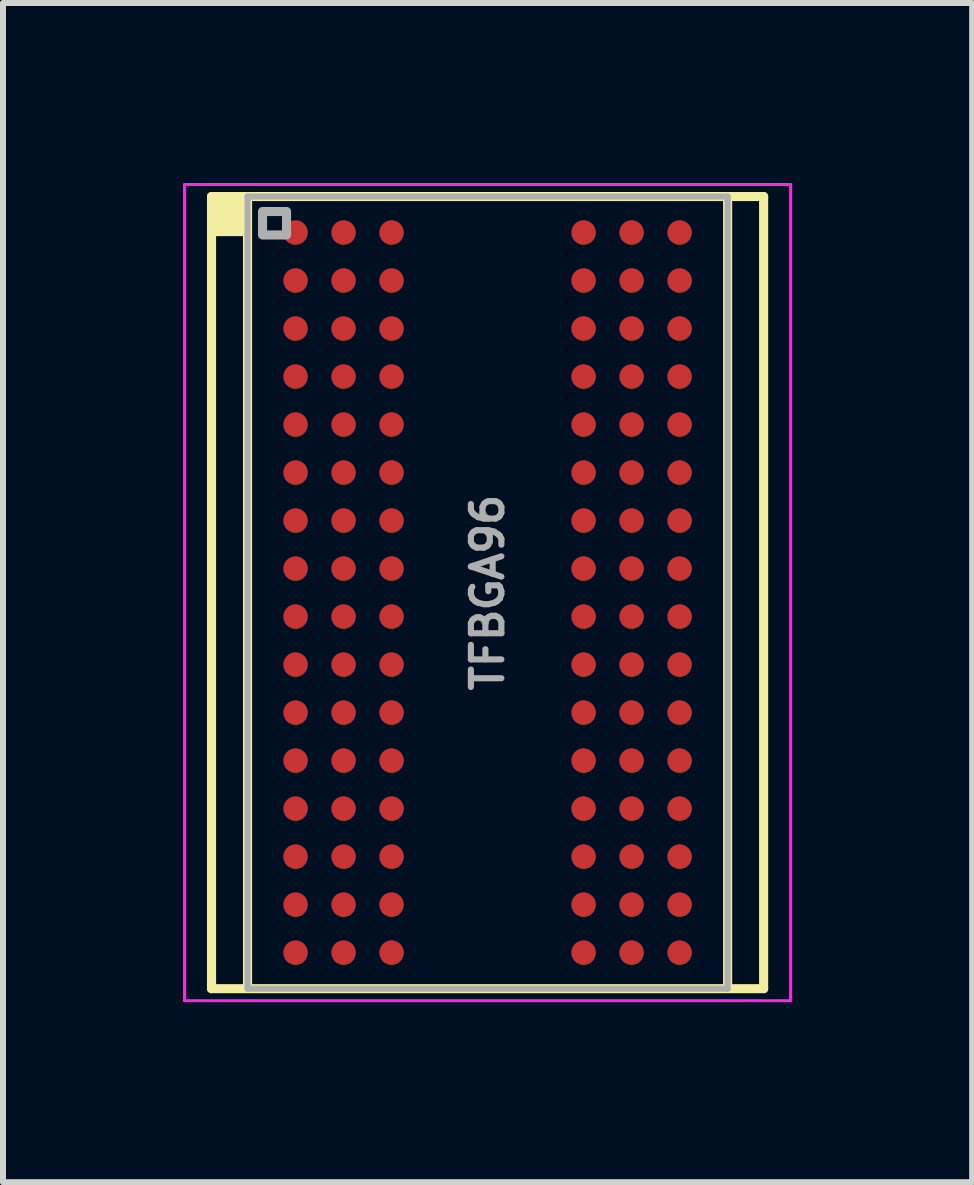
<source format=kicad_pcb>
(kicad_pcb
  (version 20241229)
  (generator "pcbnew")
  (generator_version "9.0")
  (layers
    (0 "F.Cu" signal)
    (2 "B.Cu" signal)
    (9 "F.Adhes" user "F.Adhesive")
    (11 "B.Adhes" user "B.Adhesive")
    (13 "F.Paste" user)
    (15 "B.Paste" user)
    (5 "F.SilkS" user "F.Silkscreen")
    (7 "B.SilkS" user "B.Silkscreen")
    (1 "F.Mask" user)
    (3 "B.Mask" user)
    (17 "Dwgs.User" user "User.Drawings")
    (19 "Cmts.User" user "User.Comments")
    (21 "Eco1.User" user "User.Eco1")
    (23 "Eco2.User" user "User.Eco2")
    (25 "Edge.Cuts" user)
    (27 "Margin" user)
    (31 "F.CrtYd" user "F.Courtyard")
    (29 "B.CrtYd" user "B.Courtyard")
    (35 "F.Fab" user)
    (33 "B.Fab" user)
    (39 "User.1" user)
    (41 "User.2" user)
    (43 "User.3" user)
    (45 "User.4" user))
  (footprint "TFBGA96"
    (layer "F.Cu")
    (at 5.075 6.825)
    (property "Reference" "TFBGA96" (at 0 0 90) (layer "F.Fab") (effects (font (size 0.508 0.508) (thickness 0.102))))
    (attr smd)
    (fp_line (start -4.6 -6.6) (end -4.6 6.6) (stroke (width 0.152) (type solid)) (layer "F.SilkS"))
    (fp_line (start -4.6 6.6) (end 4.6 6.6) (stroke (width 0.152) (type solid)) (layer "F.SilkS"))
    (fp_line (start -4 6.555) (end -4 -6.579) (stroke (width 0.152) (type solid)) (layer "F.SilkS"))
    (fp_line (start 4 -6.555) (end 4 6.555) (stroke (width 0.152) (type solid)) (layer "F.SilkS"))
    (fp_line (start 4.6 -6.6) (end -4.6 -6.6) (stroke (width 0.152) (type solid)) (layer "F.SilkS"))
    (fp_line (start 4.6 6.6) (end 4.6 -6.6) (stroke (width 0.152) (type solid)) (layer "F.SilkS"))
    (fp_rect (start -4.6 -6.6) (end -4 -6) (stroke (width 0.12) (type solid)) (fill yes) (layer "F.SilkS"))
    (fp_line (start -5.05 -6.8) (end 5.05 -6.8) (stroke (width 0.05) (type solid)) (layer "F.CrtYd"))
    (fp_line (start -5.05 6.8) (end -5.05 -6.8) (stroke (width 0.05) (type solid)) (layer "F.CrtYd"))
    (fp_line (start 5.05 -6.8) (end 5.05 6.8) (stroke (width 0.05) (type solid)) (layer "F.CrtYd"))
    (fp_line (start 5.05 6.8) (end -5.05 6.8) (stroke (width 0.05) (type solid)) (layer "F.CrtYd"))
    (fp_line (start -4 -6.6) (end 4 -6.6) (stroke (width 0.102) (type solid)) (layer "F.Fab"))
    (fp_line (start -4 6.6) (end -4 -6.6) (stroke (width 0.102) (type solid)) (layer "F.Fab"))
    (fp_line (start -4 6.6) (end 4 6.6) (stroke (width 0.102) (type solid)) (layer "F.Fab"))
    (fp_line (start 4 6.6) (end 4 -6.6) (stroke (width 0.102) (type solid)) (layer "F.Fab"))
    (fp_rect (start -3.75 -5.96) (end -3.35 -6.35) (stroke (width 0.152) (type solid)) (fill no) (layer "F.Fab"))
    (pad "A1" smd circle (at -3.2 -6 90) (size 0.41 0.41) (layers "F.Cu" "F.Mask" "F.Paste"))
    (pad "A2" smd circle (at -2.4 -6 90) (size 0.41 0.41) (layers "F.Cu" "F.Mask" "F.Paste"))
    (pad "A3" smd circle (at -1.6 -6 90) (size 0.41 0.41) (layers "F.Cu" "F.Mask" "F.Paste"))
    (pad "A7" smd circle (at 1.6 -6 90) (size 0.41 0.41) (layers "F.Cu" "F.Mask" "F.Paste"))
    (pad "A8" smd circle (at 2.4 -6 90) (size 0.41 0.41) (layers "F.Cu" "F.Mask" "F.Paste"))
    (pad "A9" smd circle (at 3.2 -6 90) (size 0.41 0.41) (layers "F.Cu" "F.Mask" "F.Paste"))
    (pad "B1" smd circle (at -3.2 -5.2 90) (size 0.41 0.41) (layers "F.Cu" "F.Mask" "F.Paste"))
    (pad "B2" smd circle (at -2.4 -5.2 90) (size 0.41 0.41) (layers "F.Cu" "F.Mask" "F.Paste"))
    (pad "B3" smd circle (at -1.6 -5.2 90) (size 0.41 0.41) (layers "F.Cu" "F.Mask" "F.Paste"))
    (pad "B7" smd circle (at 1.6 -5.2 90) (size 0.41 0.41) (layers "F.Cu" "F.Mask" "F.Paste"))
    (pad "B8" smd circle (at 2.4 -5.2 90) (size 0.41 0.41) (layers "F.Cu" "F.Mask" "F.Paste"))
    (pad "B9" smd circle (at 3.2 -5.2 90) (size 0.41 0.41) (layers "F.Cu" "F.Mask" "F.Paste"))
    (pad "C1" smd circle (at -3.2 -4.4 90) (size 0.41 0.41) (layers "F.Cu" "F.Mask" "F.Paste"))
    (pad "C2" smd circle (at -2.4 -4.4 90) (size 0.41 0.41) (layers "F.Cu" "F.Mask" "F.Paste"))
    (pad "C3" smd circle (at -1.6 -4.4 90) (size 0.41 0.41) (layers "F.Cu" "F.Mask" "F.Paste"))
    (pad "C7" smd circle (at 1.6 -4.4 90) (size 0.41 0.41) (layers "F.Cu" "F.Mask" "F.Paste"))
    (pad "C8" smd circle (at 2.4 -4.4 90) (size 0.41 0.41) (layers "F.Cu" "F.Mask" "F.Paste"))
    (pad "C9" smd circle (at 3.2 -4.4 90) (size 0.41 0.41) (layers "F.Cu" "F.Mask" "F.Paste"))
    (pad "D1" smd circle (at -3.2 -3.6 90) (size 0.41 0.41) (layers "F.Cu" "F.Mask" "F.Paste"))
    (pad "D2" smd circle (at -2.4 -3.6 90) (size 0.41 0.41) (layers "F.Cu" "F.Mask" "F.Paste"))
    (pad "D3" smd circle (at -1.6 -3.6 90) (size 0.41 0.41) (layers "F.Cu" "F.Mask" "F.Paste"))
    (pad "D7" smd circle (at 1.6 -3.6 90) (size 0.41 0.41) (layers "F.Cu" "F.Mask" "F.Paste"))
    (pad "D8" smd circle (at 2.4 -3.6 90) (size 0.41 0.41) (layers "F.Cu" "F.Mask" "F.Paste"))
    (pad "D9" smd circle (at 3.2 -3.6 90) (size 0.41 0.41) (layers "F.Cu" "F.Mask" "F.Paste"))
    (pad "E1" smd circle (at -3.2 -2.8 90) (size 0.41 0.41) (layers "F.Cu" "F.Mask" "F.Paste"))
    (pad "E2" smd circle (at -2.4 -2.8 90) (size 0.41 0.41) (layers "F.Cu" "F.Mask" "F.Paste"))
    (pad "E3" smd circle (at -1.6 -2.8 90) (size 0.41 0.41) (layers "F.Cu" "F.Mask" "F.Paste"))
    (pad "E7" smd circle (at 1.6 -2.8 90) (size 0.41 0.41) (layers "F.Cu" "F.Mask" "F.Paste"))
    (pad "E8" smd circle (at 2.4 -2.8 90) (size 0.41 0.41) (layers "F.Cu" "F.Mask" "F.Paste"))
    (pad "E9" smd circle (at 3.2 -2.8 90) (size 0.41 0.41) (layers "F.Cu" "F.Mask" "F.Paste"))
    (pad "F1" smd circle (at -3.2 -2 90) (size 0.41 0.41) (layers "F.Cu" "F.Mask" "F.Paste"))
    (pad "F2" smd circle (at -2.4 -2 90) (size 0.41 0.41) (layers "F.Cu" "F.Mask" "F.Paste"))
    (pad "F3" smd circle (at -1.6 -2 90) (size 0.41 0.41) (layers "F.Cu" "F.Mask" "F.Paste"))
    (pad "F7" smd circle (at 1.6 -2 90) (size 0.41 0.41) (layers "F.Cu" "F.Mask" "F.Paste"))
    (pad "F8" smd circle (at 2.4 -2 90) (size 0.41 0.41) (layers "F.Cu" "F.Mask" "F.Paste"))
    (pad "F9" smd circle (at 3.2 -2 90) (size 0.41 0.41) (layers "F.Cu" "F.Mask" "F.Paste"))
    (pad "G1" smd circle (at -3.2 -1.2 90) (size 0.41 0.41) (layers "F.Cu" "F.Mask" "F.Paste"))
    (pad "G2" smd circle (at -2.4 -1.2 90) (size 0.41 0.41) (layers "F.Cu" "F.Mask" "F.Paste"))
    (pad "G3" smd circle (at -1.6 -1.2 90) (size 0.41 0.41) (layers "F.Cu" "F.Mask" "F.Paste"))
    (pad "G7" smd circle (at 1.6 -1.2 90) (size 0.41 0.41) (layers "F.Cu" "F.Mask" "F.Paste"))
    (pad "G8" smd circle (at 2.4 -1.2 90) (size 0.41 0.41) (layers "F.Cu" "F.Mask" "F.Paste"))
    (pad "G9" smd circle (at 3.2 -1.2 90) (size 0.41 0.41) (layers "F.Cu" "F.Mask" "F.Paste"))
    (pad "H1" smd circle (at -3.2 -0.4 90) (size 0.41 0.41) (layers "F.Cu" "F.Mask" "F.Paste"))
    (pad "H2" smd circle (at -2.4 -0.4 90) (size 0.41 0.41) (layers "F.Cu" "F.Mask" "F.Paste"))
    (pad "H3" smd circle (at -1.6 -0.4 90) (size 0.41 0.41) (layers "F.Cu" "F.Mask" "F.Paste"))
    (pad "H7" smd circle (at 1.6 -0.4 90) (size 0.41 0.41) (layers "F.Cu" "F.Mask" "F.Paste"))
    (pad "H8" smd circle (at 2.4 -0.4 90) (size 0.41 0.41) (layers "F.Cu" "F.Mask" "F.Paste"))
    (pad "H9" smd circle (at 3.2 -0.4 90) (size 0.41 0.41) (layers "F.Cu" "F.Mask" "F.Paste"))
    (pad "J1" smd circle (at -3.2 0.4 90) (size 0.41 0.41) (layers "F.Cu" "F.Mask" "F.Paste"))
    (pad "J2" smd circle (at -2.4 0.4 90) (size 0.41 0.41) (layers "F.Cu" "F.Mask" "F.Paste"))
    (pad "J3" smd circle (at -1.6 0.4 90) (size 0.41 0.41) (layers "F.Cu" "F.Mask" "F.Paste"))
    (pad "J7" smd circle (at 1.6 0.4 90) (size 0.41 0.41) (layers "F.Cu" "F.Mask" "F.Paste"))
    (pad "J8" smd circle (at 2.4 0.4 90) (size 0.41 0.41) (layers "F.Cu" "F.Mask" "F.Paste"))
    (pad "J9" smd circle (at 3.2 0.4 90) (size 0.41 0.41) (layers "F.Cu" "F.Mask" "F.Paste"))
    (pad "K1" smd circle (at -3.2 1.2 90) (size 0.41 0.41) (layers "F.Cu" "F.Mask" "F.Paste"))
    (pad "K2" smd circle (at -2.4 1.2 90) (size 0.41 0.41) (layers "F.Cu" "F.Mask" "F.Paste"))
    (pad "K3" smd circle (at -1.6 1.2 90) (size 0.41 0.41) (layers "F.Cu" "F.Mask" "F.Paste"))
    (pad "K7" smd circle (at 1.6 1.2 90) (size 0.41 0.41) (layers "F.Cu" "F.Mask" "F.Paste"))
    (pad "K8" smd circle (at 2.4 1.2 90) (size 0.41 0.41) (layers "F.Cu" "F.Mask" "F.Paste"))
    (pad "K9" smd circle (at 3.2 1.2 90) (size 0.41 0.41) (layers "F.Cu" "F.Mask" "F.Paste"))
    (pad "L1" smd circle (at -3.2 2 90) (size 0.41 0.41) (layers "F.Cu" "F.Mask" "F.Paste"))
    (pad "L2" smd circle (at -2.4 2 90) (size 0.41 0.41) (layers "F.Cu" "F.Mask" "F.Paste"))
    (pad "L3" smd circle (at -1.6 2 90) (size 0.41 0.41) (layers "F.Cu" "F.Mask" "F.Paste"))
    (pad "L7" smd circle (at 1.6 2 90) (size 0.41 0.41) (layers "F.Cu" "F.Mask" "F.Paste"))
    (pad "L8" smd circle (at 2.4 2 90) (size 0.41 0.41) (layers "F.Cu" "F.Mask" "F.Paste"))
    (pad "L9" smd circle (at 3.2 2 90) (size 0.41 0.41) (layers "F.Cu" "F.Mask" "F.Paste"))
    (pad "M1" smd circle (at -3.2 2.8 90) (size 0.41 0.41) (layers "F.Cu" "F.Mask" "F.Paste"))
    (pad "M2" smd circle (at -2.4 2.8 90) (size 0.41 0.41) (layers "F.Cu" "F.Mask" "F.Paste"))
    (pad "M3" smd circle (at -1.6 2.8 90) (size 0.41 0.41) (layers "F.Cu" "F.Mask" "F.Paste"))
    (pad "M7" smd circle (at 1.6 2.8 90) (size 0.41 0.41) (layers "F.Cu" "F.Mask" "F.Paste"))
    (pad "M8" smd circle (at 2.4 2.8 90) (size 0.41 0.41) (layers "F.Cu" "F.Mask" "F.Paste"))
    (pad "M9" smd circle (at 3.2 2.8 90) (size 0.41 0.41) (layers "F.Cu" "F.Mask" "F.Paste"))
    (pad "N1" smd circle (at -3.2 3.6 90) (size 0.41 0.41) (layers "F.Cu" "F.Mask" "F.Paste"))
    (pad "N2" smd circle (at -2.4 3.6 90) (size 0.41 0.41) (layers "F.Cu" "F.Mask" "F.Paste"))
    (pad "N3" smd circle (at -1.6 3.6 90) (size 0.41 0.41) (layers "F.Cu" "F.Mask" "F.Paste"))
    (pad "N7" smd circle (at 1.6 3.6 90) (size 0.41 0.41) (layers "F.Cu" "F.Mask" "F.Paste"))
    (pad "N8" smd circle (at 2.4 3.6 90) (size 0.41 0.41) (layers "F.Cu" "F.Mask" "F.Paste"))
    (pad "N9" smd circle (at 3.2 3.6 90) (size 0.41 0.41) (layers "F.Cu" "F.Mask" "F.Paste"))
    (pad "P1" smd circle (at -3.2 4.4 90) (size 0.41 0.41) (layers "F.Cu" "F.Mask" "F.Paste"))
    (pad "P2" smd circle (at -2.4 4.4 90) (size 0.41 0.41) (layers "F.Cu" "F.Mask" "F.Paste"))
    (pad "P3" smd circle (at -1.6 4.4 90) (size 0.41 0.41) (layers "F.Cu" "F.Mask" "F.Paste"))
    (pad "P7" smd circle (at 1.6 4.4 90) (size 0.41 0.41) (layers "F.Cu" "F.Mask" "F.Paste"))
    (pad "P8" smd circle (at 2.4 4.4 90) (size 0.41 0.41) (layers "F.Cu" "F.Mask" "F.Paste"))
    (pad "P9" smd circle (at 3.2 4.4 90) (size 0.41 0.41) (layers "F.Cu" "F.Mask" "F.Paste"))
    (pad "R1" smd circle (at -3.2 5.2 90) (size 0.41 0.41) (layers "F.Cu" "F.Mask" "F.Paste"))
    (pad "R2" smd circle (at -2.4 5.2 90) (size 0.41 0.41) (layers "F.Cu" "F.Mask" "F.Paste"))
    (pad "R3" smd circle (at -1.6 5.2 90) (size 0.41 0.41) (layers "F.Cu" "F.Mask" "F.Paste"))
    (pad "R7" smd circle (at 1.6 5.2 90) (size 0.41 0.41) (layers "F.Cu" "F.Mask" "F.Paste"))
    (pad "R8" smd circle (at 2.4 5.2 90) (size 0.41 0.41) (layers "F.Cu" "F.Mask" "F.Paste"))
    (pad "R9" smd circle (at 3.2 5.2 90) (size 0.41 0.41) (layers "F.Cu" "F.Mask" "F.Paste"))
    (pad "T1" smd circle (at -3.2 6 90) (size 0.41 0.41) (layers "F.Cu" "F.Mask" "F.Paste"))
    (pad "T2" smd circle (at -2.4 6 90) (size 0.41 0.41) (layers "F.Cu" "F.Mask" "F.Paste"))
    (pad "T3" smd circle (at -1.6 6 90) (size 0.41 0.41) (layers "F.Cu" "F.Mask" "F.Paste"))
    (pad "T7" smd circle (at 1.6 6 90) (size 0.41 0.41) (layers "F.Cu" "F.Mask" "F.Paste"))
    (pad "T8" smd circle (at 2.4 6 90) (size 0.41 0.41) (layers "F.Cu" "F.Mask" "F.Paste"))
    (pad "T9" smd circle (at 3.2 6 90) (size 0.41 0.41) (layers "F.Cu" "F.Mask" "F.Paste")))
  (gr_rect
    (start -3 -3)
    (end 13.15 16.65)
    (stroke (width 0.1) (type default))
    (fill no)
    (layer "Edge.Cuts")))
</source>
